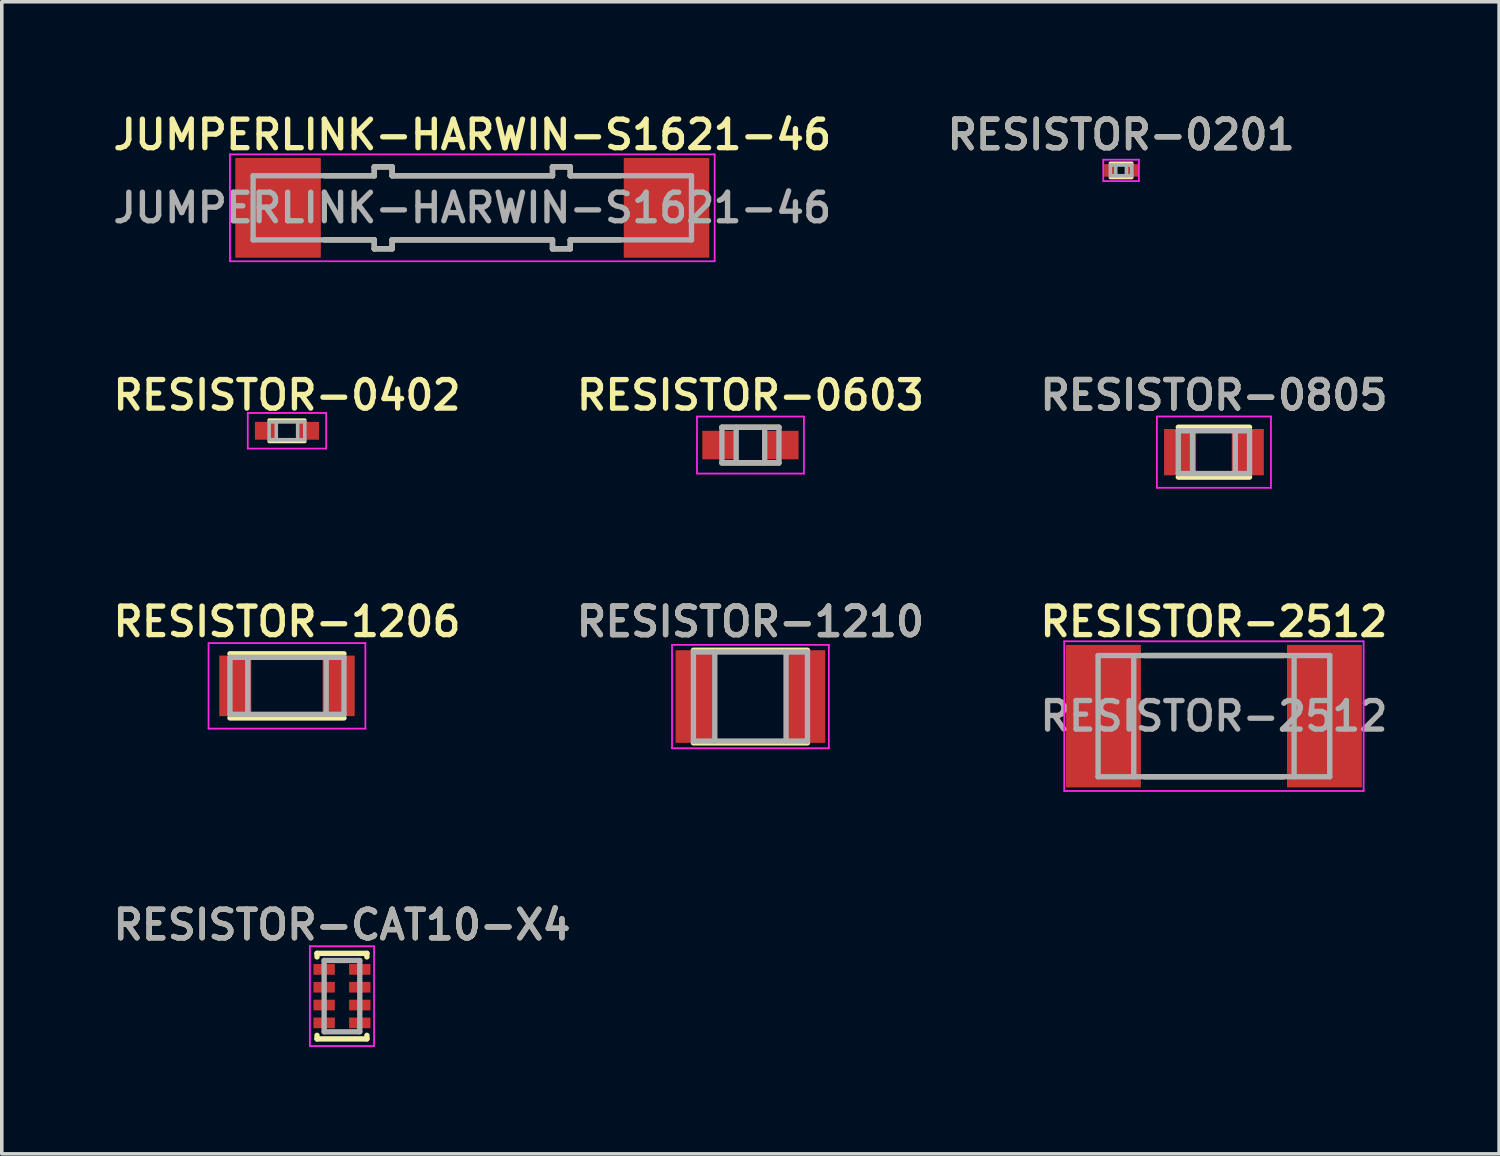
<source format=kicad_pcb>
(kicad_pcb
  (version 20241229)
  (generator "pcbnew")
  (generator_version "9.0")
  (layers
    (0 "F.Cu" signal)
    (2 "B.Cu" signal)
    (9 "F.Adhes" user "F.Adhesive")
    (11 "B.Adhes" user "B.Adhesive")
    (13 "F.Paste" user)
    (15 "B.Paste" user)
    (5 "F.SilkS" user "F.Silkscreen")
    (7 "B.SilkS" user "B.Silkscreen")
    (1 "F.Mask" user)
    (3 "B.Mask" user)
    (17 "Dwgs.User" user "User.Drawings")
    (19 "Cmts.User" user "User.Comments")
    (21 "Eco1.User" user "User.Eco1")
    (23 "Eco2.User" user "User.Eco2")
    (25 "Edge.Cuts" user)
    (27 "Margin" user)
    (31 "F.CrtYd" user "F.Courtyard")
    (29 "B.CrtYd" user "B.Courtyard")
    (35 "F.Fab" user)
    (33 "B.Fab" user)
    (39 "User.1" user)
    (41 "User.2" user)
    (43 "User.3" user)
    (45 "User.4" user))
  (footprint "RESISTOR-0603"
    (layer "F.Cu")
    (at 18.006 9.438)
    (property "Reference" "RESISTOR-0603" (at 0 -1.4 0) (layer "F.SilkS") (effects (font (size 0.8 0.8) (thickness 0.15))))
    (attr smd)
    (fp_line (start -0.8 -0.5) (end 0.8 -0.5) (stroke (width 0.15) (type solid)) (layer "F.SilkS"))
    (fp_line (start -0.8 0.5) (end 0.8 0.5) (stroke (width 0.15) (type solid)) (layer "F.SilkS"))
    (fp_line (start -1.5 -0.8) (end 1.5 -0.8) (stroke (width 0.05) (type solid)) (layer "F.CrtYd"))
    (fp_line (start -1.5 0.8) (end -1.5 -0.8) (stroke (width 0.05) (type solid)) (layer "F.CrtYd"))
    (fp_line (start 1.5 -0.8) (end 1.5 0.8) (stroke (width 0.05) (type solid)) (layer "F.CrtYd"))
    (fp_line (start 1.5 0.8) (end -1.5 0.8) (stroke (width 0.05) (type solid)) (layer "F.CrtYd"))
    (fp_line (start -0.8 -0.5) (end 0.8 -0.5) (stroke (width 0.15) (type solid)) (layer "F.Fab"))
    (fp_line (start -0.8 0.5) (end -0.8 -0.5) (stroke (width 0.15) (type solid)) (layer "F.Fab"))
    (fp_line (start -0.4 -0.5) (end -0.4 0.5) (stroke (width 0.15) (type solid)) (layer "F.Fab"))
    (fp_line (start 0.4 -0.5) (end 0.4 0.5) (stroke (width 0.15) (type solid)) (layer "F.Fab"))
    (fp_line (start 0.8 -0.5) (end 0.8 0.5) (stroke (width 0.15) (type solid)) (layer "F.Fab"))
    (fp_line (start 0.8 0.5) (end -0.8 0.5) (stroke (width 0.15) (type solid)) (layer "F.Fab"))
    (pad "1" smd rect (at -0.9 0) (size 0.9 0.8) (layers "F.Cu" "F.Mask" "F.Paste"))
    (pad "2" smd rect (at 0.9 0) (size 0.9 0.8) (layers "F.Cu" "F.Mask" "F.Paste")))
  (footprint "RESISTOR-1206"
    (layer "F.Cu")
    (at 5.002 16.194)
    (property "Reference" "RESISTOR-1206" (at 0 -1.8 0) (layer "F.SilkS") (effects (font (size 0.8 0.8) (thickness 0.15))))
    (attr smd)
    (fp_line (start -1.6 -0.9) (end 1.6 -0.9) (stroke (width 0.15) (type solid)) (layer "F.SilkS"))
    (fp_line (start 1.6 0.9) (end -1.6 0.9) (stroke (width 0.15) (type solid)) (layer "F.SilkS"))
    (fp_line (start -2.2 -1.2) (end -2.2 1.2) (stroke (width 0.05) (type solid)) (layer "F.CrtYd"))
    (fp_line (start -2.2 -1.2) (end 2.2 -1.2) (stroke (width 0.05) (type solid)) (layer "F.CrtYd"))
    (fp_line (start -2.2 1.2) (end 2.2 1.2) (stroke (width 0.05) (type solid)) (layer "F.CrtYd"))
    (fp_line (start 2.2 -1.2) (end 2.2 1.2) (stroke (width 0.05) (type solid)) (layer "F.CrtYd"))
    (fp_line (start -1.6 -0.8) (end 1.6 -0.8) (stroke (width 0.15) (type solid)) (layer "F.Fab"))
    (fp_line (start -1.6 0.8) (end -1.6 -0.8) (stroke (width 0.15) (type solid)) (layer "F.Fab"))
    (fp_line (start -1.1 -0.8) (end -1.1 0.7) (stroke (width 0.15) (type solid)) (layer "F.Fab"))
    (fp_line (start 1.1 -0.8) (end 1.1 0.8) (stroke (width 0.15) (type solid)) (layer "F.Fab"))
    (fp_line (start 1.6 -0.8) (end 1.6 0.8) (stroke (width 0.15) (type solid)) (layer "F.Fab"))
    (fp_line (start 1.6 0.8) (end -1.6 0.8) (stroke (width 0.15) (type solid)) (layer "F.Fab"))
    (pad "1" smd rect (at -1.45 0) (size 0.9 1.7) (layers "F.Cu" "F.Mask" "F.Paste"))
    (pad "2" smd rect (at 1.45 0) (size 0.9 1.7) (layers "F.Cu" "F.Mask" "F.Paste")))
  (footprint "RESISTOR-0402"
    (layer "F.Cu")
    (at 5.002 9.037)
    (property "Reference" "RESISTOR-0402" (at 0 -1 0) (layer "F.SilkS") (effects (font (size 0.8 0.8) (thickness 0.15))))
    (attr smd)
    (fp_line (start -0.5 -0.3) (end 0.5 -0.3) (stroke (width 0.1) (type solid)) (layer "F.SilkS"))
    (fp_line (start -0.5 0.3) (end 0.5 0.3) (stroke (width 0.1) (type solid)) (layer "F.SilkS"))
    (fp_line (start -1.1 -0.5) (end 1.1 -0.5) (stroke (width 0.05) (type solid)) (layer "F.CrtYd"))
    (fp_line (start -1.1 0.5) (end -1.1 -0.5) (stroke (width 0.05) (type solid)) (layer "F.CrtYd"))
    (fp_line (start 1.1 -0.5) (end 1.1 0.5) (stroke (width 0.05) (type solid)) (layer "F.CrtYd"))
    (fp_line (start 1.1 0.5) (end -1.1 0.5) (stroke (width 0.05) (type solid)) (layer "F.CrtYd"))
    (fp_line (start -0.5 -0.25) (end 0.5 -0.25) (stroke (width 0.1) (type solid)) (layer "F.Fab"))
    (fp_line (start -0.5 0.25) (end -0.5 -0.25) (stroke (width 0.1) (type solid)) (layer "F.Fab"))
    (fp_line (start -0.3 -0.25) (end -0.3 0.25) (stroke (width 0.1) (type solid)) (layer "F.Fab"))
    (fp_line (start 0.3 -0.25) (end 0.3 0.25) (stroke (width 0.1) (type solid)) (layer "F.Fab"))
    (fp_line (start 0.5 -0.25) (end 0.5 0.25) (stroke (width 0.1) (type solid)) (layer "F.Fab"))
    (fp_line (start 0.5 0.25) (end -0.5 0.25) (stroke (width 0.1) (type solid)) (layer "F.Fab"))
    (pad "1" smd rect (at -0.6 0) (size 0.6 0.5) (layers "F.Cu" "F.Mask" "F.Paste"))
    (pad "2" smd rect (at 0.6 0) (size 0.6 0.5) (layers "F.Cu" "F.Mask" "F.Paste")))
  (footprint "RESISTOR-0805"
    (layer "F.Cu")
    (at 31.011 9.637)
    (property "Reference" "RESISTOR-0805" (at 0 -1.6 0) (layer "F.SilkS") (effects (font (size 0.8 0.8) (thickness 0.15))))
    (attr smd)
    (fp_line (start -1 -0.7) (end 1 -0.7) (stroke (width 0.15) (type solid)) (layer "F.SilkS"))
    (fp_line (start 1 0.7) (end -1 0.7) (stroke (width 0.15) (type solid)) (layer "F.SilkS"))
    (fp_line (start -1.6 -1) (end -1.6 1) (stroke (width 0.05) (type solid)) (layer "F.CrtYd"))
    (fp_line (start -1.6 -1) (end 1.6 -1) (stroke (width 0.05) (type solid)) (layer "F.CrtYd"))
    (fp_line (start -1.6 1) (end 1.6 1) (stroke (width 0.05) (type solid)) (layer "F.CrtYd"))
    (fp_line (start 1.6 -1) (end 1.6 1) (stroke (width 0.05) (type solid)) (layer "F.CrtYd"))
    (fp_line (start -1 -0.6) (end 1 -0.6) (stroke (width 0.15) (type solid)) (layer "F.Fab"))
    (fp_line (start -1 0.6) (end -1 -0.6) (stroke (width 0.15) (type solid)) (layer "F.Fab"))
    (fp_line (start -0.6 -0.6) (end -0.6 0.6) (stroke (width 0.15) (type solid)) (layer "F.Fab"))
    (fp_line (start 0.6 -0.6) (end 0.6 0.6) (stroke (width 0.15) (type solid)) (layer "F.Fab"))
    (fp_line (start 1 -0.6) (end 1 0.6) (stroke (width 0.15) (type solid)) (layer "F.Fab"))
    (fp_line (start 1 0.6) (end -1 0.6) (stroke (width 0.15) (type solid)) (layer "F.Fab"))
    (fp_text user "${REFERENCE}" (at 0 -1.6 0) (layer "F.Fab") (effects (font (size 0.8 0.8) (thickness 0.15))))
    (pad "1" smd rect (at -0.95 0) (size 0.9 1.3) (layers "F.Cu" "F.Mask" "F.Paste"))
    (pad "2" smd rect (at 0.95 0) (size 0.9 1.3) (layers "F.Cu" "F.Mask" "F.Paste")))
  (footprint "JUMPERLINK-HARWIN-S1621-46"
    (layer "F.Cu")
    (at 10.202 2.781)
    (property "Reference" "JUMPERLINK-HARWIN-S1621-46" (at 0 -2.05 0) (layer "F.SilkS") (effects (font (size 0.8 0.8) (thickness 0.15))))
    (attr smd)
    (fp_line (start -4.15 -0.9) (end -2.75 -0.9) (stroke (width 0.15) (type solid)) (layer "F.SilkS"))
    (fp_line (start -2.75 -1.15) (end -2.25 -1.15) (stroke (width 0.15) (type solid)) (layer "F.SilkS"))
    (fp_line (start -2.75 -0.9) (end -2.75 -1.15) (stroke (width 0.15) (type solid)) (layer "F.SilkS"))
    (fp_line (start -2.75 0.9) (end -4.15 0.9) (stroke (width 0.15) (type solid)) (layer "F.SilkS"))
    (fp_line (start -2.75 1.15) (end -2.75 0.9) (stroke (width 0.15) (type solid)) (layer "F.SilkS"))
    (fp_line (start -2.25 -1.15) (end -2.25 -0.9) (stroke (width 0.15) (type solid)) (layer "F.SilkS"))
    (fp_line (start -2.25 -0.9) (end 2.25 -0.9) (stroke (width 0.15) (type solid)) (layer "F.SilkS"))
    (fp_line (start -2.25 0.9) (end -2.25 1.15) (stroke (width 0.15) (type solid)) (layer "F.SilkS"))
    (fp_line (start -2.25 1.15) (end -2.75 1.15) (stroke (width 0.15) (type solid)) (layer "F.SilkS"))
    (fp_line (start 2.25 -1.15) (end 2.75 -1.15) (stroke (width 0.15) (type solid)) (layer "F.SilkS"))
    (fp_line (start 2.25 -0.9) (end 2.25 -1.15) (stroke (width 0.15) (type solid)) (layer "F.SilkS"))
    (fp_line (start 2.25 0.9) (end -2.25 0.9) (stroke (width 0.15) (type solid)) (layer "F.SilkS"))
    (fp_line (start 2.25 1.15) (end 2.25 0.9) (stroke (width 0.15) (type solid)) (layer "F.SilkS"))
    (fp_line (start 2.75 -1.15) (end 2.75 -0.9) (stroke (width 0.15) (type solid)) (layer "F.SilkS"))
    (fp_line (start 2.75 -0.9) (end 4.15 -0.9) (stroke (width 0.15) (type solid)) (layer "F.SilkS"))
    (fp_line (start 2.75 0.9) (end 2.75 1.15) (stroke (width 0.15) (type solid)) (layer "F.SilkS"))
    (fp_line (start 2.75 1.15) (end 2.25 1.15) (stroke (width 0.15) (type solid)) (layer "F.SilkS"))
    (fp_line (start 4.15 0.9) (end 2.75 0.9) (stroke (width 0.15) (type solid)) (layer "F.SilkS"))
    (fp_line (start -6.8 -1.5) (end 6.8 -1.5) (stroke (width 0.05) (type solid)) (layer "F.CrtYd"))
    (fp_line (start -6.8 1.5) (end -6.8 -1.5) (stroke (width 0.05) (type solid)) (layer "F.CrtYd"))
    (fp_line (start 6.8 -1.5) (end 6.8 1.5) (stroke (width 0.05) (type solid)) (layer "F.CrtYd"))
    (fp_line (start 6.8 1.5) (end -6.8 1.5) (stroke (width 0.05) (type solid)) (layer "F.CrtYd"))
    (fp_line (start -6.15 -0.9) (end -6.15 0.9) (stroke (width 0.15) (type solid)) (layer "F.Fab"))
    (fp_line (start -6.15 0.9) (end -2.75 0.9) (stroke (width 0.15) (type solid)) (layer "F.Fab"))
    (fp_line (start -2.75 -1.15) (end -2.75 -0.9) (stroke (width 0.15) (type solid)) (layer "F.Fab"))
    (fp_line (start -2.75 -0.9) (end -6.15 -0.9) (stroke (width 0.15) (type solid)) (layer "F.Fab"))
    (fp_line (start -2.75 0.9) (end -2.75 1.15) (stroke (width 0.15) (type solid)) (layer "F.Fab"))
    (fp_line (start -2.75 1.15) (end -2.25 1.15) (stroke (width 0.15) (type solid)) (layer "F.Fab"))
    (fp_line (start -2.25 -1.15) (end -2.75 -1.15) (stroke (width 0.15) (type solid)) (layer "F.Fab"))
    (fp_line (start -2.25 -0.9) (end -2.25 -1.15) (stroke (width 0.15) (type solid)) (layer "F.Fab"))
    (fp_line (start -2.25 0.9) (end 2.25 0.9) (stroke (width 0.15) (type solid)) (layer "F.Fab"))
    (fp_line (start -2.25 1.15) (end -2.25 0.9) (stroke (width 0.15) (type solid)) (layer "F.Fab"))
    (fp_line (start 2.25 -1.15) (end 2.25 -0.9) (stroke (width 0.15) (type solid)) (layer "F.Fab"))
    (fp_line (start 2.25 -0.9) (end -2.25 -0.9) (stroke (width 0.15) (type solid)) (layer "F.Fab"))
    (fp_line (start 2.25 0.9) (end 2.25 1.15) (stroke (width 0.15) (type solid)) (layer "F.Fab"))
    (fp_line (start 2.25 1.15) (end 2.75 1.15) (stroke (width 0.15) (type solid)) (layer "F.Fab"))
    (fp_line (start 2.75 -1.15) (end 2.25 -1.15) (stroke (width 0.15) (type solid)) (layer "F.Fab"))
    (fp_line (start 2.75 -0.9) (end 2.75 -1.15) (stroke (width 0.15) (type solid)) (layer "F.Fab"))
    (fp_line (start 2.75 0.9) (end 6.15 0.9) (stroke (width 0.15) (type solid)) (layer "F.Fab"))
    (fp_line (start 2.75 1.15) (end 2.75 0.9) (stroke (width 0.15) (type solid)) (layer "F.Fab"))
    (fp_line (start 6.15 -0.9) (end 2.75 -0.9) (stroke (width 0.15) (type solid)) (layer "F.Fab"))
    (fp_line (start 6.15 0.9) (end 6.15 -0.9) (stroke (width 0.15) (type solid)) (layer "F.Fab"))
    (fp_text user "${REFERENCE}" (at 0 0 0) (layer "F.Fab") (effects (font (size 0.8 0.8) (thickness 0.15))))
    (pad "1" smd rect (at -5.45 0) (size 2.4 2.8) (layers "F.Cu" "F.Mask" "F.Paste"))
    (pad "2" smd rect (at 5.45 0) (size 2.4 2.8) (layers "F.Cu" "F.Mask" "F.Paste")))
  (footprint "RESISTOR-2512"
    (layer "F.Cu")
    (at 31.011 17.044)
    (property "Reference" "RESISTOR-2512" (at 0 -2.65 0) (layer "F.SilkS") (effects (font (size 0.8 0.8) (thickness 0.15))))
    (attr smd)
    (fp_line (start -1.95 -1.7) (end 1.95 -1.7) (stroke (width 0.15) (type solid)) (layer "F.SilkS"))
    (fp_line (start 1.95 1.7) (end -1.95 1.7) (stroke (width 0.15) (type solid)) (layer "F.SilkS"))
    (fp_line (start -4.2 -2.1) (end -4.2 2.1) (stroke (width 0.05) (type solid)) (layer "F.CrtYd"))
    (fp_line (start -4.2 -2.1) (end 4.2 -2.1) (stroke (width 0.05) (type solid)) (layer "F.CrtYd"))
    (fp_line (start -4.2 2.1) (end 4.2 2.1) (stroke (width 0.05) (type solid)) (layer "F.CrtYd"))
    (fp_line (start 4.2 -2.1) (end 4.2 2.1) (stroke (width 0.05) (type solid)) (layer "F.CrtYd"))
    (fp_line (start -3.25 -1.7) (end 3.25 -1.7) (stroke (width 0.15) (type solid)) (layer "F.Fab"))
    (fp_line (start -3.25 1.7) (end -3.25 -1.7) (stroke (width 0.15) (type solid)) (layer "F.Fab"))
    (fp_line (start -2.25 -1.7) (end -2.25 1.7) (stroke (width 0.15) (type solid)) (layer "F.Fab"))
    (fp_line (start 2.25 -1.7) (end 2.25 1.7) (stroke (width 0.15) (type solid)) (layer "F.Fab"))
    (fp_line (start 3.25 -1.7) (end 3.25 1.7) (stroke (width 0.15) (type solid)) (layer "F.Fab"))
    (fp_line (start 3.25 1.7) (end -3.25 1.7) (stroke (width 0.15) (type solid)) (layer "F.Fab"))
    (fp_text user "${REFERENCE}" (at 0 0 0) (layer "F.Fab") (effects (font (size 0.8 0.8) (thickness 0.15))))
    (pad "1" smd rect (at -3.1 0) (size 2.1 4) (layers "F.Cu" "F.Mask" "F.Paste"))
    (pad "2" smd rect (at 3.1 0) (size 2.1 4) (layers "F.Cu" "F.Mask" "F.Paste")))
  (footprint "RESISTOR-0201"
    (layer "F.Cu")
    (at 28.406 1.731)
    (property "Reference" "RESISTOR-0201" (at 0 -1 0) (layer "F.SilkS") (effects (font (size 0.8 0.8) (thickness 0.15))))
    (attr smd)
    (fp_line (start -0.3 -0.2) (end 0.3 -0.2) (stroke (width 0.1) (type solid)) (layer "F.SilkS"))
    (fp_line (start -0.3 0.2) (end 0.3 0.2) (stroke (width 0.1) (type solid)) (layer "F.SilkS"))
    (fp_line (start -0.5 -0.3) (end 0.5 -0.3) (stroke (width 0.05) (type solid)) (layer "F.CrtYd"))
    (fp_line (start -0.5 0.3) (end -0.5 -0.3) (stroke (width 0.05) (type solid)) (layer "F.CrtYd"))
    (fp_line (start 0.5 -0.3) (end 0.5 0.3) (stroke (width 0.05) (type solid)) (layer "F.CrtYd"))
    (fp_line (start 0.5 0.3) (end -0.5 0.3) (stroke (width 0.05) (type solid)) (layer "F.CrtYd"))
    (fp_line (start -0.3 -0.15) (end 0.3 -0.15) (stroke (width 0.1) (type solid)) (layer "F.Fab"))
    (fp_line (start -0.3 0.15) (end -0.3 -0.15) (stroke (width 0.1) (type solid)) (layer "F.Fab"))
    (fp_line (start -0.15 -0.15) (end -0.15 0.15) (stroke (width 0.1) (type solid)) (layer "F.Fab"))
    (fp_line (start 0.15 -0.15) (end 0.15 0.15) (stroke (width 0.1) (type solid)) (layer "F.Fab"))
    (fp_line (start 0.3 -0.15) (end 0.3 0.15) (stroke (width 0.1) (type solid)) (layer "F.Fab"))
    (fp_line (start 0.3 0.15) (end -0.3 0.15) (stroke (width 0.1) (type solid)) (layer "F.Fab"))
    (fp_text user "${REFERENCE}" (at 0 -1 0) (layer "F.Fab") (effects (font (size 0.8 0.8) (thickness 0.15))))
    (pad "1" smd rect (at -0.3 0) (size 0.35 0.35) (layers "F.Cu" "F.Mask" "F.Paste"))
    (pad "2" smd rect (at 0.3 0) (size 0.35 0.35) (layers "F.Cu" "F.Mask" "F.Paste")))
  (footprint "RESISTOR-1210"
    (layer "F.Cu")
    (at 18.006 16.494)
    (property "Reference" "RESISTOR-1210" (at 0 -2.1 0) (layer "F.SilkS") (effects (font (size 0.8 0.8) (thickness 0.15))))
    (attr smd)
    (fp_line (start -1.6 -1.3) (end 1.6 -1.3) (stroke (width 0.15) (type solid)) (layer "F.SilkS"))
    (fp_line (start 1.6 1.3) (end -1.6 1.3) (stroke (width 0.15) (type solid)) (layer "F.SilkS"))
    (fp_line (start -2.2 -1.45) (end -2.2 1.45) (stroke (width 0.05) (type solid)) (layer "F.CrtYd"))
    (fp_line (start -2.2 -1.45) (end 2.2 -1.45) (stroke (width 0.05) (type solid)) (layer "F.CrtYd"))
    (fp_line (start -2.2 1.45) (end 2.2 1.45) (stroke (width 0.05) (type solid)) (layer "F.CrtYd"))
    (fp_line (start 2.2 -1.45) (end 2.2 1.45) (stroke (width 0.05) (type solid)) (layer "F.CrtYd"))
    (fp_line (start -1.6 -1.25) (end 1.6 -1.25) (stroke (width 0.15) (type solid)) (layer "F.Fab"))
    (fp_line (start -1.6 1.25) (end -1.6 -1.25) (stroke (width 0.15) (type solid)) (layer "F.Fab"))
    (fp_line (start -1 -1.25) (end -1 1.25) (stroke (width 0.15) (type solid)) (layer "F.Fab"))
    (fp_line (start 1 -1.25) (end 1 1.25) (stroke (width 0.15) (type solid)) (layer "F.Fab"))
    (fp_line (start 1.6 -1.25) (end 1.6 1.25) (stroke (width 0.15) (type solid)) (layer "F.Fab"))
    (fp_line (start 1.6 1.25) (end -1.6 1.25) (stroke (width 0.15) (type solid)) (layer "F.Fab"))
    (fp_text user "${REFERENCE}" (at 0 -2.1 0) (layer "F.Fab") (effects (font (size 0.8 0.8) (thickness 0.15))))
    (pad "1" smd rect (at -1.55 0) (size 1.1 2.6) (layers "F.Cu" "F.Mask" "F.Paste"))
    (pad "2" smd rect (at 1.55 0) (size 1.1 2.6) (layers "F.Cu" "F.Mask" "F.Paste")))
  (footprint "RESISTOR-CAT10-X4"
    (layer "F.Cu")
    (at 6.545 24.9)
    (property "Reference" "RESISTOR-CAT10-X4" (at 0 -2 0) (layer "F.SilkS") (effects (font (size 0.8 0.8) (thickness 0.15))))
    (attr through_hole)
    (fp_line (start -0.7 -1.2) (end -0.7 -1.1) (stroke (width 0.15) (type solid)) (layer "F.SilkS"))
    (fp_line (start -0.7 -1.2) (end 0.7 -1.2) (stroke (width 0.15) (type solid)) (layer "F.SilkS"))
    (fp_line (start -0.7 1.2) (end -0.7 1.1) (stroke (width 0.15) (type solid)) (layer "F.SilkS"))
    (fp_line (start -0.7 1.2) (end 0.7 1.2) (stroke (width 0.15) (type solid)) (layer "F.SilkS"))
    (fp_line (start 0.7 -1.2) (end 0.7 -1.1) (stroke (width 0.15) (type solid)) (layer "F.SilkS"))
    (fp_line (start 0.7 1.2) (end 0.7 1.1) (stroke (width 0.15) (type solid)) (layer "F.SilkS"))
    (fp_line (start -0.9 -1.4) (end 0.9 -1.4) (stroke (width 0.05) (type solid)) (layer "F.CrtYd"))
    (fp_line (start -0.9 1.4) (end -0.9 -1.4) (stroke (width 0.05) (type solid)) (layer "F.CrtYd"))
    (fp_line (start 0.9 -1.4) (end 0.9 1.4) (stroke (width 0.05) (type solid)) (layer "F.CrtYd"))
    (fp_line (start 0.9 1.4) (end -0.9 1.4) (stroke (width 0.05) (type solid)) (layer "F.CrtYd"))
    (fp_line (start -0.5 -1) (end -0.5 1) (stroke (width 0.15) (type solid)) (layer "F.Fab"))
    (fp_line (start -0.5 -1) (end 0.5 -1) (stroke (width 0.15) (type solid)) (layer "F.Fab"))
    (fp_line (start -0.5 1) (end 0.5 1) (stroke (width 0.15) (type solid)) (layer "F.Fab"))
    (fp_line (start 0.5 1) (end 0.5 -1) (stroke (width 0.15) (type solid)) (layer "F.Fab"))
    (fp_text user "${REFERENCE}" (at 0 -2 0) (layer "F.Fab") (effects (font (size 0.8 0.8) (thickness 0.15))))
    (pad "1" smd rect (at 0.5 0.75) (size 0.6 0.3) (layers "F.Cu" "F.Mask" "F.Paste"))
    (pad "2" smd rect (at 0.5 0.25) (size 0.6 0.3) (layers "F.Cu" "F.Mask" "F.Paste"))
    (pad "3" smd rect (at 0.5 -0.25) (size 0.6 0.3) (layers "F.Cu" "F.Mask" "F.Paste"))
    (pad "4" smd rect (at 0.5 -0.75) (size 0.6 0.3) (layers "F.Cu" "F.Mask" "F.Paste"))
    (pad "5" smd rect (at -0.5 0.75) (size 0.6 0.3) (layers "F.Cu" "F.Mask" "F.Paste"))
    (pad "6" smd rect (at -0.5 0.25) (size 0.6 0.3) (layers "F.Cu" "F.Mask" "F.Paste"))
    (pad "7" smd rect (at -0.5 -0.25) (size 0.6 0.3) (layers "F.Cu" "F.Mask" "F.Paste"))
    (pad "8" smd rect (at -0.5 -0.75) (size 0.6 0.3) (layers "F.Cu" "F.Mask" "F.Paste")))
  (gr_rect
    (start -3 -3)
    (end 39.013 29.325)
    (stroke (width 0.1) (type default))
    (fill no)
    (layer "Edge.Cuts")))
</source>
